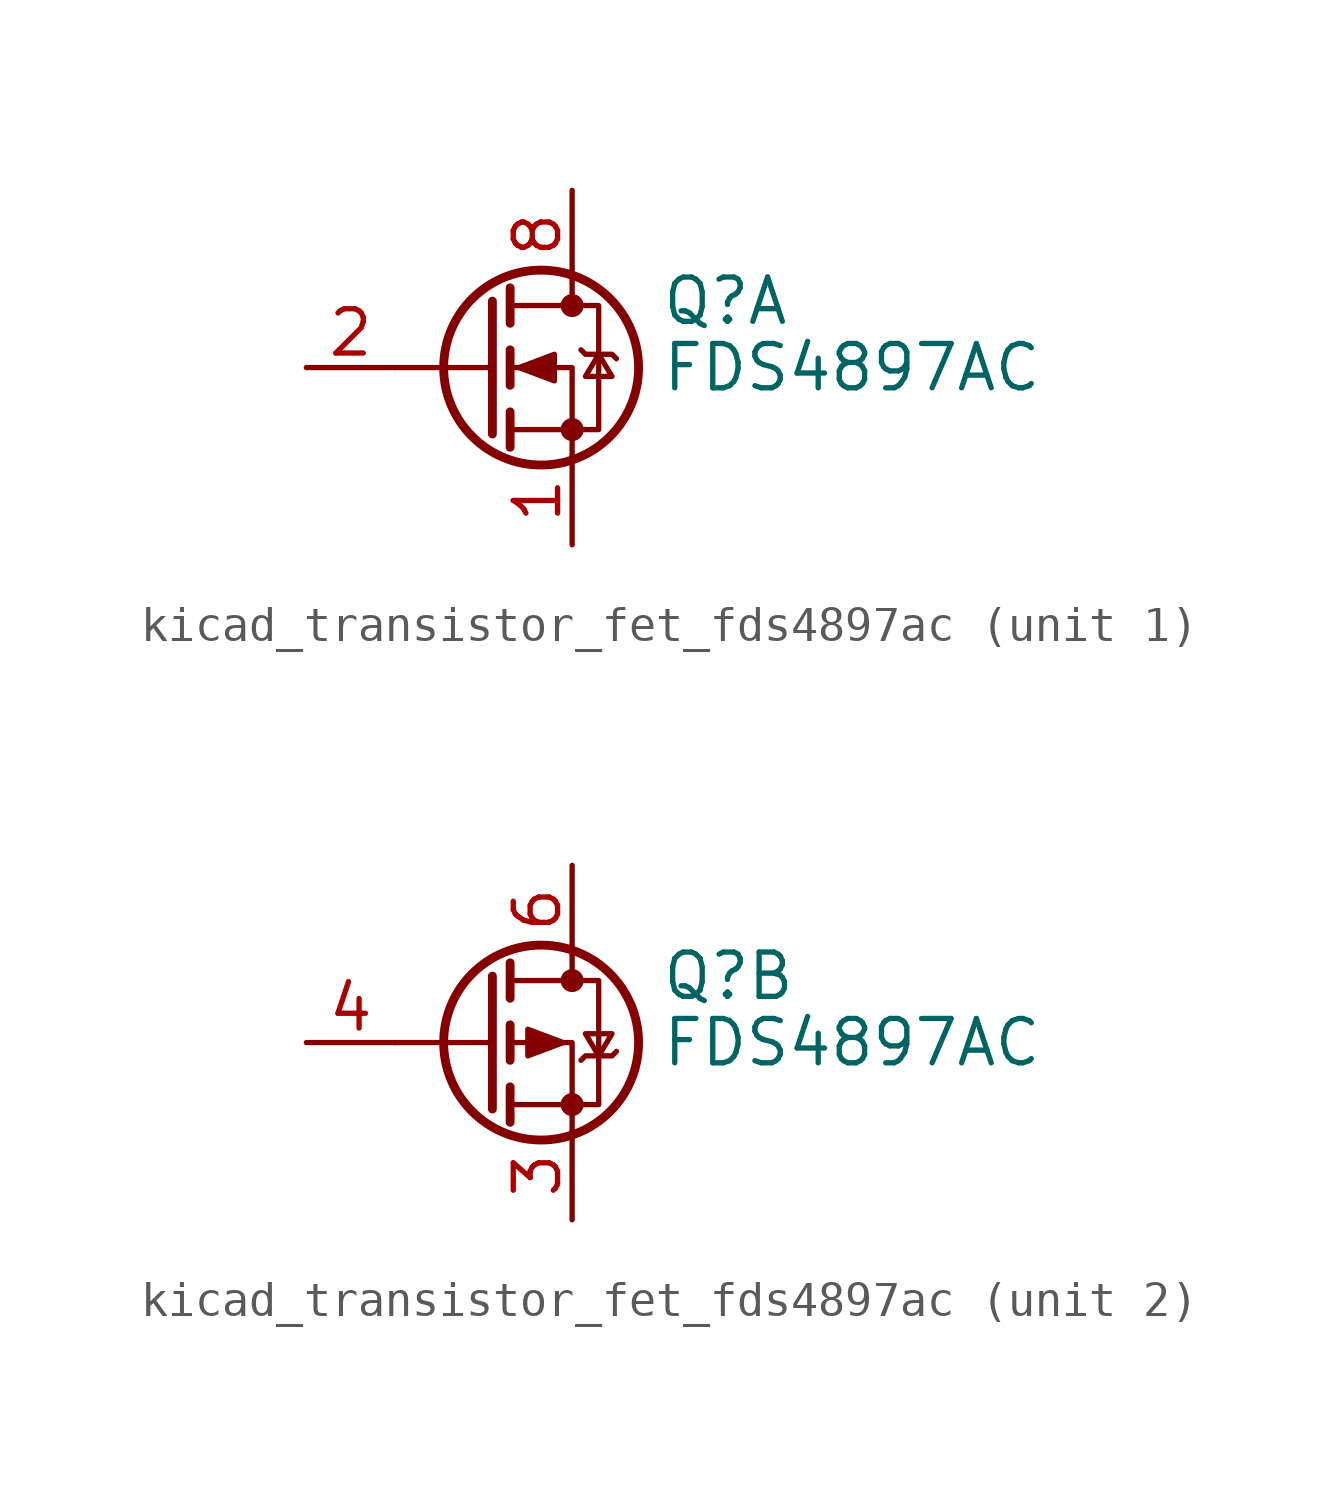
<source format=kicad_sym>
(kicad_symbol_lib
  (version 20220914)
  (generator kicad_symbol_editor)
  (symbol "kicad_transistor_fet_fds4897ac"
    (pin_names hide)
    (property "Reference" "Q"
      (at 5.08 1.905 0)
      (effects (font (size 1.27 1.27)) (justify left)))
    (property "Value" "FDS4897AC"
      (at 5.08 0 0)
      (effects (font (size 1.27 1.27)) (justify left)))
    (symbol "kicad_transistor_fet_fds4897ac_0_1"
      (polyline (pts (xy 0.254 0) (xy -2.54 0)) (stroke (width 0) (type default)) (fill (type none)))
      (polyline (pts (xy 0.254 1.905) (xy 0.254 -1.905)) (stroke (width 0.254) (type default)) (fill (type none)))
      (polyline (pts (xy 0.762 -1.27) (xy 0.762 -2.286)) (stroke (width 0.254) (type default)) (fill (type none)))
      (polyline (pts (xy 0.762 0.508) (xy 0.762 -0.508)) (stroke (width 0.254) (type default)) (fill (type none)))
      (polyline (pts (xy 0.762 2.286) (xy 0.762 1.27)) (stroke (width 0.254) (type default)) (fill (type none)))
      (polyline (pts (xy 2.54 2.54) (xy 2.54 1.778)) (stroke (width 0) (type default)) (fill (type none)))
      (polyline (pts (xy 2.54 -2.54) (xy 2.54 0) (xy 0.762 0)) (stroke (width 0) (type default)) (fill (type none)))
      (polyline (pts (xy 0.762 -1.778) (xy 3.302 -1.778) (xy 3.302 1.778) (xy 0.762 1.778)) (stroke (width 0) (type default)) (fill (type none)))
      (circle (center 1.651 0) (radius 2.794) (stroke (width 0.254) (type default)) (fill (type none)))
      (circle (center 2.54 -1.778) (radius 0.254) (stroke (width 0) (type default)) (fill (type outline)))
      (circle (center 2.54 1.778) (radius 0.254) (stroke (width 0) (type default)) (fill (type outline))))
    (symbol "kicad_transistor_fet_fds4897ac_1_1"
      (polyline (pts (xy 1.016 0) (xy 2.032 0.381) (xy 2.032 -0.381) (xy 1.016 0)) (stroke (width 0) (type default)) (fill (type outline)))
      (polyline (pts (xy 2.794 0.508) (xy 2.921 0.381) (xy 3.683 0.381) (xy 3.81 0.254)) (stroke (width 0) (type default)) (fill (type none)))
      (polyline (pts (xy 3.302 0.381) (xy 2.921 -0.254) (xy 3.683 -0.254) (xy 3.302 0.381)) (stroke (width 0) (type default)) (fill (type none)))
      (pin passive line (at 2.54 -5.08 90) (length 2.54) (name "S" (effects (font (size 1.27 1.27)))) (number "1" (effects (font (size 1.27 1.27)))))
      (pin input line (at -5.08 0 0) (length 2.54) (name "G" (effects (font (size 1.27 1.27)))) (number "2" (effects (font (size 1.27 1.27)))))
      (pin passive line (at 2.54 5.08 270) (length 2.54) hide (name "D" (effects (font (size 1.27 1.27)))) (number "7" (effects (font (size 1.27 1.27)))))
      (pin passive line (at 2.54 5.08 270) (length 2.54) (name "D" (effects (font (size 1.27 1.27)))) (number "8" (effects (font (size 1.27 1.27))))))
    (symbol "kicad_transistor_fet_fds4897ac_2_1"
      (polyline (pts (xy 2.286 0) (xy 1.27 0.381) (xy 1.27 -0.381) (xy 2.286 0)) (stroke (width 0) (type default)) (fill (type outline)))
      (polyline (pts (xy 2.794 -0.508) (xy 2.921 -0.381) (xy 3.683 -0.381) (xy 3.81 -0.254)) (stroke (width 0) (type default)) (fill (type none)))
      (polyline (pts (xy 3.302 -0.381) (xy 2.921 0.254) (xy 3.683 0.254) (xy 3.302 -0.381)) (stroke (width 0) (type default)) (fill (type none)))
      (pin passive line (at 2.54 -5.08 90) (length 2.54) (name "1" (effects (font (size 1.27 1.27)))) (number "3" (effects (font (size 1.27 1.27)))))
      (pin input line (at -5.08 0 0) (length 2.54) (name "G" (effects (font (size 1.27 1.27)))) (number "4" (effects (font (size 1.27 1.27)))))
      (pin passive line (at 2.54 5.08 270) (length 2.54) hide (name "D" (effects (font (size 1.27 1.27)))) (number "5" (effects (font (size 1.27 1.27)))))
      (pin passive line (at 2.54 5.08 270) (length 2.54) (name "D" (effects (font (size 1.27 1.27)))) (number "6" (effects (font (size 1.27 1.27))))))))
</source>
